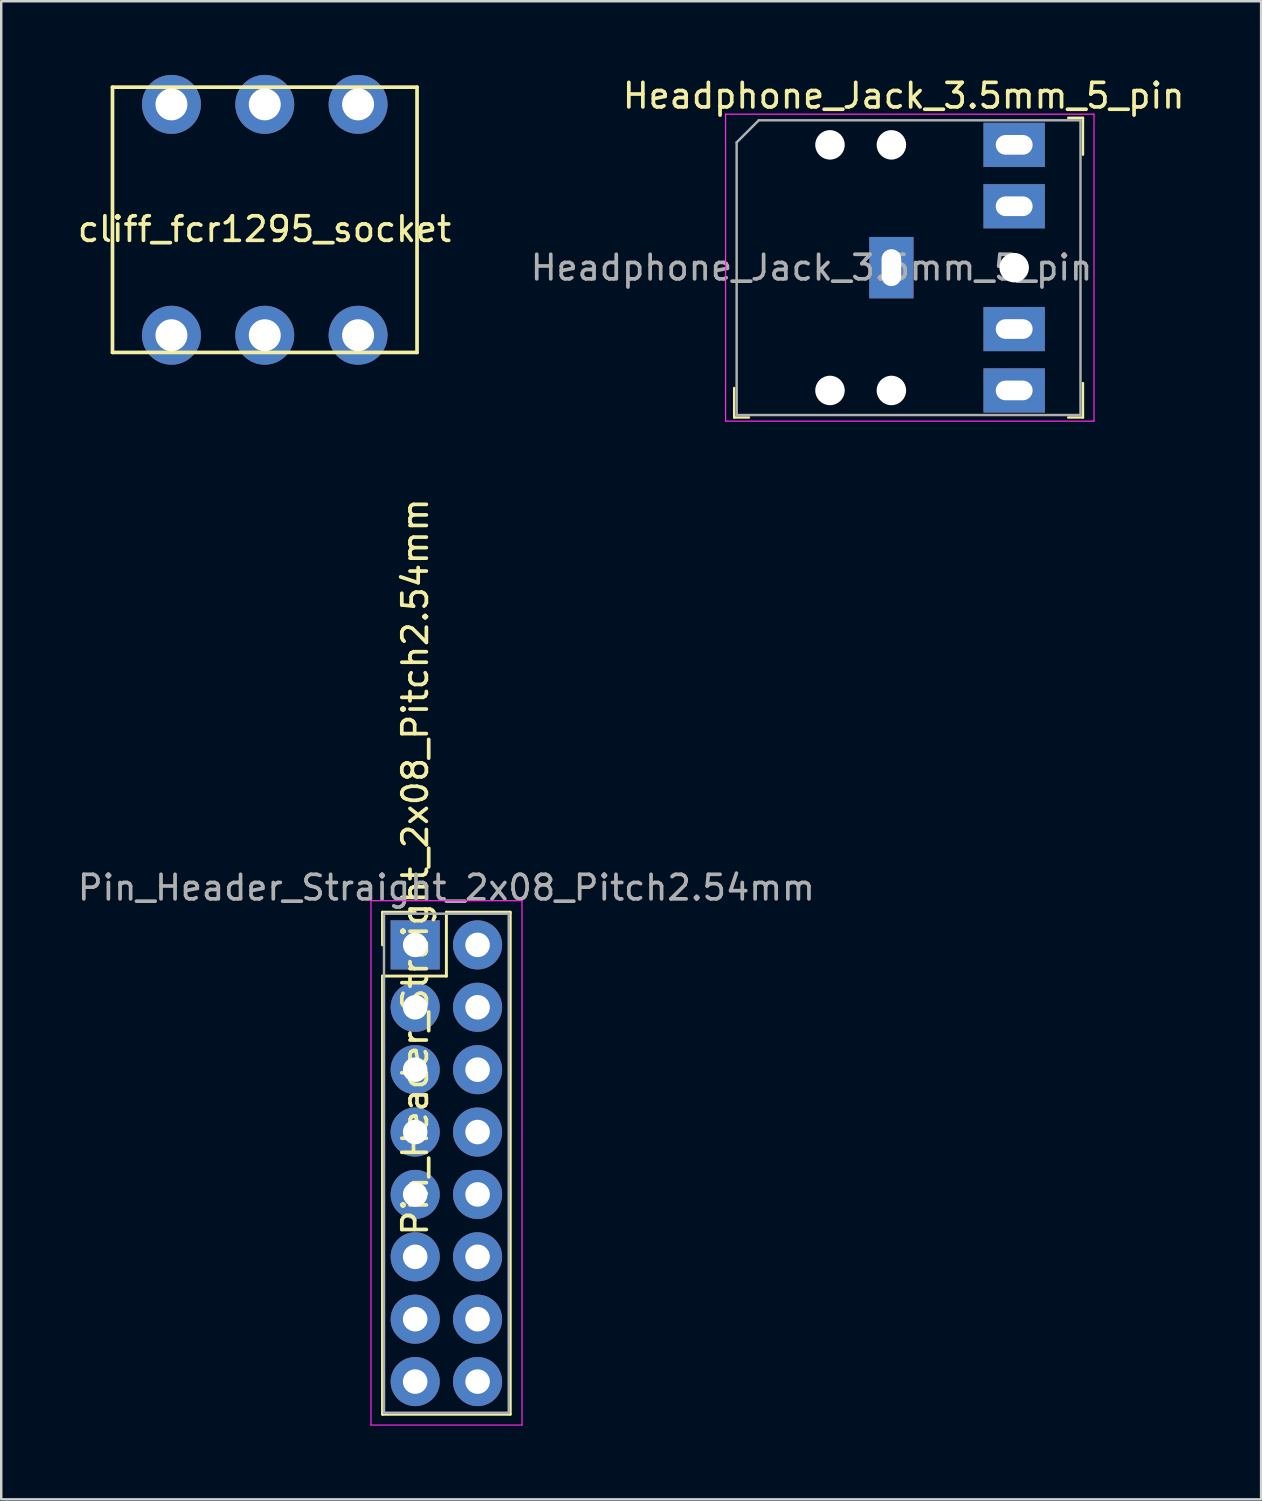
<source format=kicad_pcb>
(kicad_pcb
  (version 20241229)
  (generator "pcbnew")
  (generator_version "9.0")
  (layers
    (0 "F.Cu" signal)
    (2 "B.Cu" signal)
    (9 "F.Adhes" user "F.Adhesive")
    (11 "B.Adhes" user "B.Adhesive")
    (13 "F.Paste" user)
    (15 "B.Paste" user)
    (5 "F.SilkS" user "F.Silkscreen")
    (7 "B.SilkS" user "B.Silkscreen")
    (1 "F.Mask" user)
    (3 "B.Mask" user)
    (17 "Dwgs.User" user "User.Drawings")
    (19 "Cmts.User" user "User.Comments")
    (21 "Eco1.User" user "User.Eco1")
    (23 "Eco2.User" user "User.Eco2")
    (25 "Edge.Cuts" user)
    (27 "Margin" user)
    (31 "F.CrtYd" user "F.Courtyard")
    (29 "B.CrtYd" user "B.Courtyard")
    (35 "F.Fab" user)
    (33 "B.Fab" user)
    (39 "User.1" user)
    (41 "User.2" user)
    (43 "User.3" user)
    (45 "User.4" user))
  (footprint "cliff_fcr1295_socket"
    (layer "F.Cu")
    (at 1.53 0.5)
    (property "Reference" "cliff_fcr1295_socket" (at 6.19 5.78 0) (layer "F.SilkS") (effects (font (size 1 1) (thickness 0.15))))
    (attr through_hole)
    (fp_line (start 0 0) (end 12.4 0) (stroke (width 0.15) (type solid)) (layer "F.SilkS"))
    (fp_line (start 0 10.8) (end 0 0) (stroke (width 0.15) (type solid)) (layer "F.SilkS"))
    (fp_line (start 12.4 0) (end 12.4 10.8) (stroke (width 0.15) (type solid)) (layer "F.SilkS"))
    (fp_line (start 12.4 10.8) (end 0 10.8) (stroke (width 0.15) (type solid)) (layer "F.SilkS"))
    (pad "R1" thru_hole circle (at 6.2 0.7) (size 2.4 2.4) (drill 1.3) (layers "*.Cu" "*.Mask"))
    (pad "RN1" thru_hole circle (at 6.2 10.1) (size 2.4 2.4) (drill 1.3) (layers "*.Cu" "*.Mask"))
    (pad "S1" thru_hole circle (at 10 0.7) (size 2.4 2.4) (drill 1.3) (layers "*.Cu" "*.Mask"))
    (pad "SN1" thru_hole circle (at 10 10.1) (size 2.4 2.4) (drill 1.3) (layers "*.Cu" "*.Mask"))
    (pad "T1" thru_hole circle (at 2.4 0.7) (size 2.4 2.4) (drill 1.3) (layers "*.Cu" "*.Mask"))
    (pad "TN1" thru_hole circle (at 2.4 10.1) (size 2.4 2.4) (drill 1.3) (layers "*.Cu" "*.Mask")))
  (footprint "Headphone_Jack_3.5mm_5_pin"
    (layer "F.Cu")
    (at 38.244 7.848)
    (property "Reference" "Headphone_Jack_3.5mm_5_pin" (at -4.5 -7 0) (layer "F.SilkS") (effects (font (size 1 1) (thickness 0.15))))
    (attr through_hole)
    (fp_line (start -11.4 6.1) (end -11.4 4.9) (stroke (width 0.1) (type solid)) (layer "F.SilkS"))
    (fp_line (start -10.8 6.1) (end -11.4 6.1) (stroke (width 0.1) (type solid)) (layer "F.SilkS"))
    (fp_line (start 2.2 -6.1) (end 2.8 -6.1) (stroke (width 0.1) (type solid)) (layer "F.SilkS"))
    (fp_line (start 2.2 6.1) (end 2.8 6.1) (stroke (width 0.1) (type solid)) (layer "F.SilkS"))
    (fp_line (start 2.8 -6.1) (end 2.8 -4.6) (stroke (width 0.1) (type solid)) (layer "F.SilkS"))
    (fp_line (start 2.8 6.1) (end 2.8 4.7) (stroke (width 0.1) (type solid)) (layer "F.SilkS"))
    (fp_line (start -11.75 -6.25) (end -11.75 6.25) (stroke (width 0.05) (type solid)) (layer "F.CrtYd"))
    (fp_line (start -11.75 -6.25) (end 3.25 -6.25) (stroke (width 0.05) (type solid)) (layer "F.CrtYd"))
    (fp_line (start -11.75 6.25) (end 3.25 6.25) (stroke (width 0.05) (type solid)) (layer "F.CrtYd"))
    (fp_line (start 3.25 -6.25) (end 3.25 6.25) (stroke (width 0.05) (type solid)) (layer "F.CrtYd"))
    (fp_line (start -11.3 -5.1) (end -11.3 6) (stroke (width 0.1) (type solid)) (layer "F.Fab"))
    (fp_line (start -11.3 -5.1) (end -10.4 -6) (stroke (width 0.1) (type solid)) (layer "F.Fab"))
    (fp_line (start -11.3 6) (end 2.7 6) (stroke (width 0.1) (type solid)) (layer "F.Fab"))
    (fp_line (start -10.4 -6) (end 2.7 -6) (stroke (width 0.1) (type solid)) (layer "F.Fab"))
    (fp_line (start 2.7 -6) (end 2.7 6) (stroke (width 0.1) (type solid)) (layer "F.Fab"))
    (fp_text user "${REFERENCE}" (at -8.25 0 0) (layer "F.Fab") (effects (font (size 1 1) (thickness 0.15))))
    (pad "" np_thru_hole circle (at -7.5 -5) (size 1.2 1.2) (drill 1.2) (layers "*.Cu" "*.Mask"))
    (pad "" np_thru_hole circle (at -7.5 5) (size 1.2 1.2) (drill 1.2) (layers "*.Cu" "*.Mask"))
    (pad "" np_thru_hole circle (at -5 -5) (size 1.2 1.2) (drill 1.2) (layers "*.Cu" "*.Mask"))
    (pad "" np_thru_hole circle (at -5 5) (size 1.2 1.2) (drill 1.2) (layers "*.Cu" "*.Mask"))
    (pad "" np_thru_hole circle (at 0 0) (size 1.2 1.2) (drill 1.2) (layers "*.Cu" "*.Mask"))
    (pad "R" thru_hole rect (at 0 -5) (size 2.5 1.8) (drill oval 1.5 0.8) (layers "*.Cu" "*.Mask"))
    (pad "RN" thru_hole rect (at 0 -2.5) (size 2.5 1.8) (drill oval 1.5 0.8) (layers "*.Cu" "*.Mask"))
    (pad "S" thru_hole rect (at -5 0) (size 1.8 2.5) (drill oval 0.8 1.5) (layers "*.Cu" "*.Mask"))
    (pad "T" thru_hole rect (at 0 5) (size 2.5 1.8) (drill oval 1.5 0.8) (layers "*.Cu" "*.Mask"))
    (pad "TN" thru_hole rect (at 0 2.5) (size 2.5 1.8) (drill oval 1.5 0.8) (layers "*.Cu" "*.Mask")))
  (footprint "Pin_Header_Straight_2x08_Pitch2.54mm"
    (layer "F.Cu")
    (at 13.855 35.423)
    (property "Reference" "Pin_Header_Straight_2x08_Pitch2.54mm" (at 0 -3.175 90) (layer "F.SilkS") (effects (font (size 1 1) (thickness 0.15))))
    (attr through_hole)
    (fp_line (start -1.33 -1.33) (end 0 -1.33) (stroke (width 0.12) (type solid)) (layer "F.SilkS"))
    (fp_line (start -1.33 0) (end -1.33 -1.33) (stroke (width 0.12) (type solid)) (layer "F.SilkS"))
    (fp_line (start -1.33 1.27) (end -1.33 19.11) (stroke (width 0.12) (type solid)) (layer "F.SilkS"))
    (fp_line (start -1.33 19.11) (end 3.87 19.11) (stroke (width 0.12) (type solid)) (layer "F.SilkS"))
    (fp_line (start 1.27 -1.33) (end 1.27 1.27) (stroke (width 0.12) (type solid)) (layer "F.SilkS"))
    (fp_line (start 1.27 1.27) (end -1.33 1.27) (stroke (width 0.12) (type solid)) (layer "F.SilkS"))
    (fp_line (start 3.87 -1.33) (end 1.27 -1.33) (stroke (width 0.12) (type solid)) (layer "F.SilkS"))
    (fp_line (start 3.87 19.11) (end 3.87 -1.33) (stroke (width 0.12) (type solid)) (layer "F.SilkS"))
    (fp_line (start -1.8 -1.8) (end -1.8 19.55) (stroke (width 0.05) (type solid)) (layer "F.CrtYd"))
    (fp_line (start -1.8 19.55) (end 4.35 19.55) (stroke (width 0.05) (type solid)) (layer "F.CrtYd"))
    (fp_line (start 4.35 -1.8) (end -1.8 -1.8) (stroke (width 0.05) (type solid)) (layer "F.CrtYd"))
    (fp_line (start 4.35 19.55) (end 4.35 -1.8) (stroke (width 0.05) (type solid)) (layer "F.CrtYd"))
    (fp_line (start -1.27 -1.27) (end -1.27 19.05) (stroke (width 0.1) (type solid)) (layer "F.Fab"))
    (fp_line (start -1.27 19.05) (end 3.81 19.05) (stroke (width 0.1) (type solid)) (layer "F.Fab"))
    (fp_line (start 3.81 -1.27) (end -1.27 -1.27) (stroke (width 0.1) (type solid)) (layer "F.Fab"))
    (fp_line (start 3.81 19.05) (end 3.81 -1.27) (stroke (width 0.1) (type solid)) (layer "F.Fab"))
    (fp_text user "${REFERENCE}" (at 1.27 -2.33 0) (layer "F.Fab") (effects (font (size 1 1) (thickness 0.15))))
    (pad "1" thru_hole rect (at 0 0) (size 2 2) (drill 1) (layers "*.Cu" "*.Mask"))
    (pad "2" thru_hole oval (at 2.54 0) (size 2 2) (drill 1) (layers "*.Cu" "*.Mask"))
    (pad "3" thru_hole oval (at 0 2.54) (size 2 2) (drill 1) (layers "*.Cu" "*.Mask"))
    (pad "4" thru_hole oval (at 2.54 2.54) (size 2 2) (drill 1) (layers "*.Cu" "*.Mask"))
    (pad "5" thru_hole oval (at 0 5.08) (size 2 2) (drill 1) (layers "*.Cu" "*.Mask"))
    (pad "6" thru_hole oval (at 2.54 5.08) (size 2 2) (drill 1) (layers "*.Cu" "*.Mask"))
    (pad "7" thru_hole oval (at 0 7.62) (size 2 2) (drill 1) (layers "*.Cu" "*.Mask"))
    (pad "8" thru_hole oval (at 2.54 7.62) (size 2 2) (drill 1) (layers "*.Cu" "*.Mask"))
    (pad "9" thru_hole oval (at 0 10.16) (size 2 2) (drill 1) (layers "*.Cu" "*.Mask"))
    (pad "10" thru_hole oval (at 2.54 10.16) (size 2 2) (drill 1) (layers "*.Cu" "*.Mask"))
    (pad "11" thru_hole oval (at 0 12.7) (size 2 2) (drill 1) (layers "*.Cu" "*.Mask"))
    (pad "12" thru_hole oval (at 2.54 12.7) (size 2 2) (drill 1) (layers "*.Cu" "*.Mask"))
    (pad "13" thru_hole oval (at 0 15.24) (size 2 2) (drill 1) (layers "*.Cu" "*.Mask"))
    (pad "14" thru_hole oval (at 2.54 15.24) (size 2 2) (drill 1) (layers "*.Cu" "*.Mask"))
    (pad "15" thru_hole oval (at 0 17.78) (size 2 2) (drill 1) (layers "*.Cu" "*.Mask"))
    (pad "16" thru_hole oval (at 2.54 17.78) (size 2 2) (drill 1) (layers "*.Cu" "*.Mask")))
  (gr_rect
    (start -3 -3)
    (end 48.298 57.998)
    (stroke (width 0.1) (type default))
    (fill no)
    (layer "Edge.Cuts")))
</source>
